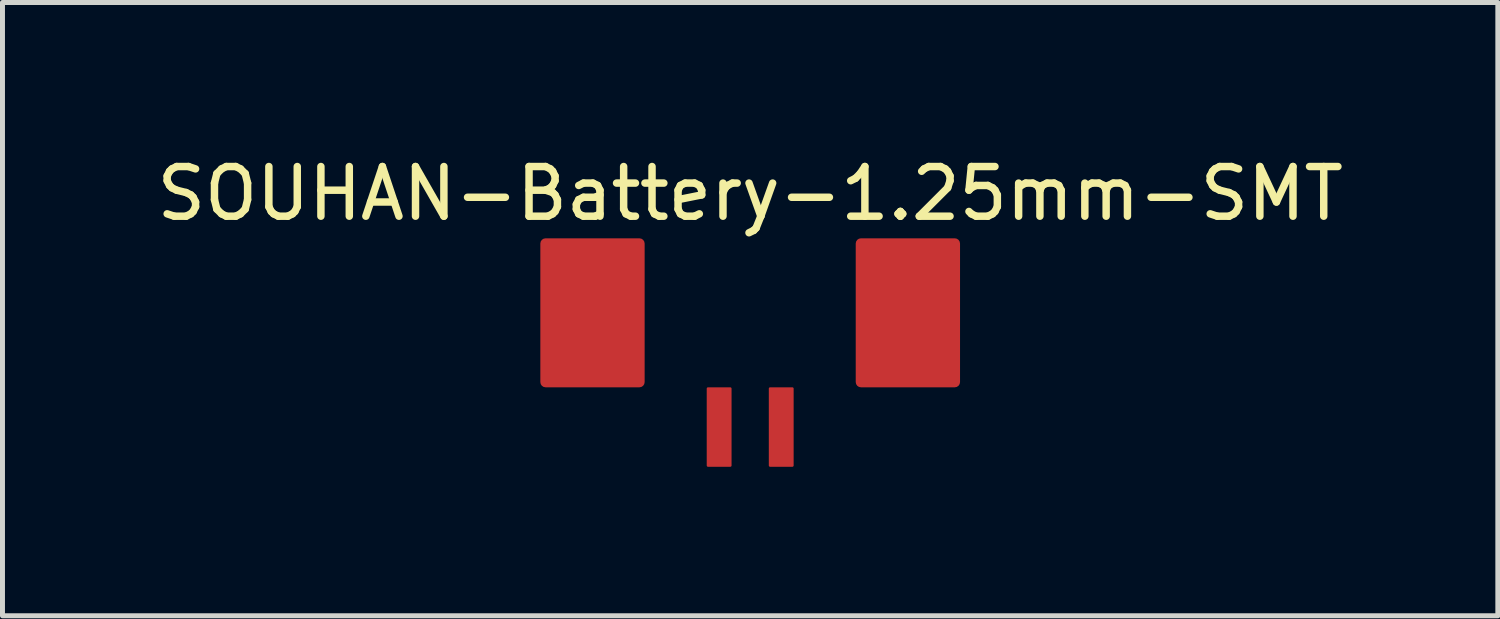
<source format=kicad_pcb>
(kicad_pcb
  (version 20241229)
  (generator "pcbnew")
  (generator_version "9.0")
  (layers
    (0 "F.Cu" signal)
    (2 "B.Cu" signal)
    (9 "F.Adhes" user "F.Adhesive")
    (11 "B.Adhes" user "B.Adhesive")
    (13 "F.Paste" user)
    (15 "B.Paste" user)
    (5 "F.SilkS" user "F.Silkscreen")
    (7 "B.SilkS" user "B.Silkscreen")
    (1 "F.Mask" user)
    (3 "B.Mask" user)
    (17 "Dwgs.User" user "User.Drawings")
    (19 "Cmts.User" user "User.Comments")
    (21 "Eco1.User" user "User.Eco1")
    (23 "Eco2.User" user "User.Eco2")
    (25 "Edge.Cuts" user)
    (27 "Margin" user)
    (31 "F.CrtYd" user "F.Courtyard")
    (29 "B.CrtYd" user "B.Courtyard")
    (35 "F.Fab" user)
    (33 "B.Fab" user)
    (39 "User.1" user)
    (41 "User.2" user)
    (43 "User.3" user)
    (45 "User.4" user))
  (footprint "SOUHAN-Battery-1.25mm-SMT"
    (layer "F.Cu")
    (at 12.054 5.548)
    (property "Reference" "SOUHAN-Battery-1.25mm-SMT" (at 0 -4.7 0) (unlocked yes) (layer "F.SilkS") (effects (font (size 1 1) (thickness 0.15))))
    (attr smd)
    (pad "1" smd roundrect (at 0.625 0 180) (size 0.5 1.6) (layers "F.Cu" "F.Mask" "F.Paste") (roundrect_rratio 0.05))
    (pad "2" smd roundrect (at -0.625 0 180) (size 0.5 1.6) (layers "F.Cu" "F.Mask" "F.Paste") (roundrect_rratio 0.05))
    (pad "3" smd roundrect (at -3.175 -2.3 180) (size 2.1 3) (layers "F.Cu" "F.Mask" "F.Paste") (roundrect_rratio 0.05))
    (pad "4" smd roundrect (at 3.175 -2.3 180) (size 2.1 3) (layers "F.Cu" "F.Mask" "F.Paste") (roundrect_rratio 0.05)))
  (gr_rect
    (start -3 -3)
    (end 27.107 9.348)
    (stroke (width 0.1) (type default))
    (fill no)
    (layer "Edge.Cuts")))
</source>
